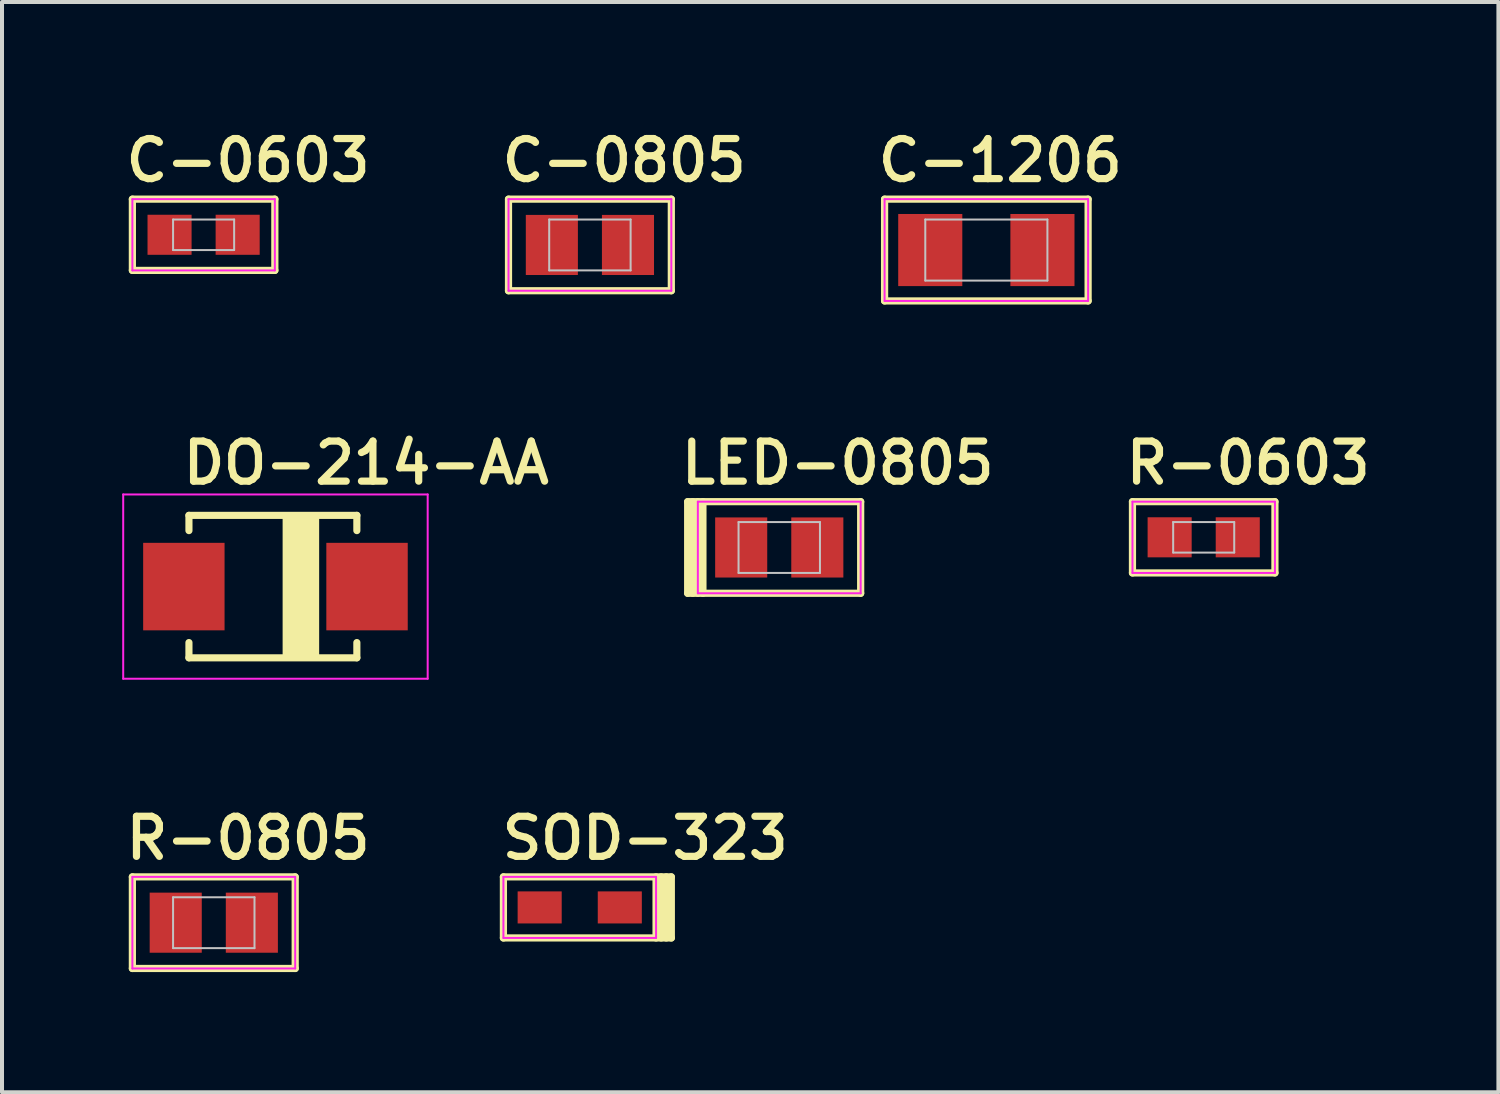
<source format=kicad_pcb>
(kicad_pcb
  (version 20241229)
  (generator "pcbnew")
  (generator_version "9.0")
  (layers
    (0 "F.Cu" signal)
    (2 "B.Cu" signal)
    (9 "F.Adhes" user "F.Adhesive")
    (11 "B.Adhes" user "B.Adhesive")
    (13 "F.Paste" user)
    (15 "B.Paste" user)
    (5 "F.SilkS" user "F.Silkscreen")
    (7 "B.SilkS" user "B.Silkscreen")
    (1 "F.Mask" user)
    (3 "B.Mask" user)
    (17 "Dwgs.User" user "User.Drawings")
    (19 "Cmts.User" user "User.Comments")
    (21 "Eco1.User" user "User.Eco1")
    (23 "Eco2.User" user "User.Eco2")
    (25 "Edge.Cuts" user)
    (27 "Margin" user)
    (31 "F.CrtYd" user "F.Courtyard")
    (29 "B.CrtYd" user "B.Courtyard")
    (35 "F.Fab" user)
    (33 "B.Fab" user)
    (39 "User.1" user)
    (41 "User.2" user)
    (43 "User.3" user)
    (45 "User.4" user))
  (footprint "C-0603"
    (layer "F.Cu")
    (at 2.032 2.81)
    (property "Reference" "C-0603" (at -2.032 -1.27 0) (layer "F.SilkS") (effects (font (size 1 1) (thickness 0.18)) (justify left bottom)))
    (attr through_hole)
    (fp_line (start -1.778 -0.889) (end 1.778 -0.889) (stroke (width 0.18) (type solid)) (layer "F.SilkS"))
    (fp_line (start -1.778 0.889) (end -1.778 -0.889) (stroke (width 0.18) (type solid)) (layer "F.SilkS"))
    (fp_line (start 1.778 -0.889) (end 1.778 0.889) (stroke (width 0.18) (type solid)) (layer "F.SilkS"))
    (fp_line (start 1.778 0.889) (end -1.778 0.889) (stroke (width 0.18) (type solid)) (layer "F.SilkS"))
    (fp_line (start -0.762 -0.381) (end 0.762 -0.381) (stroke (width 0.05) (type solid)) (layer "Dwgs.User"))
    (fp_line (start -0.762 0.381) (end -0.762 -0.381) (stroke (width 0.05) (type solid)) (layer "Dwgs.User"))
    (fp_line (start 0.762 -0.381) (end 0.762 0.381) (stroke (width 0.05) (type solid)) (layer "Dwgs.User"))
    (fp_line (start 0.762 0.381) (end -0.762 0.381) (stroke (width 0.05) (type solid)) (layer "Dwgs.User"))
    (fp_line (start -1.778 -0.889) (end 1.778 -0.889) (stroke (width 0.05) (type solid)) (layer "F.CrtYd"))
    (fp_line (start -1.778 0.889) (end -1.778 -0.889) (stroke (width 0.05) (type solid)) (layer "F.CrtYd"))
    (fp_line (start 1.778 -0.889) (end 1.778 0.889) (stroke (width 0.05) (type solid)) (layer "F.CrtYd"))
    (fp_line (start 1.778 0.889) (end -1.778 0.889) (stroke (width 0.05) (type solid)) (layer "F.CrtYd"))
    (pad "1" smd rect (at -0.85 0) (size 1.1 1) (layers "F.Cu" "F.Mask" "F.Paste"))
    (pad "2" smd rect (at 0.85 0) (size 1.1 1) (layers "F.Cu" "F.Mask" "F.Paste")))
  (footprint "R-0805"
    (layer "F.Cu")
    (at 2.286 19.98)
    (property "Reference" "R-0805" (at -2.286 -1.524 0) (layer "F.SilkS") (effects (font (size 1 1) (thickness 0.18)) (justify left bottom)))
    (attr through_hole)
    (fp_line (start -2.032 -1.143) (end -2.032 1.143) (stroke (width 0.18) (type solid)) (layer "F.SilkS"))
    (fp_line (start -2.032 1.143) (end 2.032 1.143) (stroke (width 0.18) (type solid)) (layer "F.SilkS"))
    (fp_line (start 2.032 -1.143) (end -2.032 -1.143) (stroke (width 0.18) (type solid)) (layer "F.SilkS"))
    (fp_line (start 2.032 1.143) (end 2.032 -1.143) (stroke (width 0.18) (type solid)) (layer "F.SilkS"))
    (fp_line (start -1.016 -0.635) (end 1.016 -0.635) (stroke (width 0.05) (type solid)) (layer "Dwgs.User"))
    (fp_line (start -1.016 0.635) (end -1.016 -0.635) (stroke (width 0.05) (type solid)) (layer "Dwgs.User"))
    (fp_line (start 1.016 -0.635) (end 1.016 0.635) (stroke (width 0.05) (type solid)) (layer "Dwgs.User"))
    (fp_line (start 1.016 0.635) (end -1.016 0.635) (stroke (width 0.05) (type solid)) (layer "Dwgs.User"))
    (fp_line (start -2.032 -1.143) (end 2.032 -1.143) (stroke (width 0.05) (type solid)) (layer "F.CrtYd"))
    (fp_line (start -2.032 1.143) (end -2.032 -1.143) (stroke (width 0.05) (type solid)) (layer "F.CrtYd"))
    (fp_line (start 2.032 -1.143) (end 2.032 1.143) (stroke (width 0.05) (type solid)) (layer "F.CrtYd"))
    (fp_line (start 2.032 1.143) (end -2.032 1.143) (stroke (width 0.05) (type solid)) (layer "F.CrtYd"))
    (pad "1" smd rect (at -0.95 0) (size 1.3 1.5) (layers "F.Cu" "F.Mask" "F.Paste"))
    (pad "2" smd rect (at 0.95 0) (size 1.3 1.5) (layers "F.Cu" "F.Mask" "F.Paste")))
  (footprint "C-1206"
    (layer "F.Cu")
    (at 21.569 3.191)
    (property "Reference" "C-1206" (at -2.794 -1.651 0) (layer "F.SilkS") (effects (font (size 1 1) (thickness 0.18)) (justify left bottom)))
    (attr through_hole)
    (fp_line (start -2.54 -1.27) (end -2.54 1.27) (stroke (width 0.18) (type solid)) (layer "F.SilkS"))
    (fp_line (start -2.54 1.27) (end 2.54 1.27) (stroke (width 0.18) (type solid)) (layer "F.SilkS"))
    (fp_line (start 2.54 -1.27) (end -2.54 -1.27) (stroke (width 0.18) (type solid)) (layer "F.SilkS"))
    (fp_line (start 2.54 1.27) (end 2.54 -1.27) (stroke (width 0.18) (type solid)) (layer "F.SilkS"))
    (fp_line (start -1.524 -0.762) (end 1.524 -0.762) (stroke (width 0.05) (type solid)) (layer "Dwgs.User"))
    (fp_line (start -1.524 0.762) (end -1.524 -0.762) (stroke (width 0.05) (type solid)) (layer "Dwgs.User"))
    (fp_line (start 1.524 -0.762) (end 1.524 0.762) (stroke (width 0.05) (type solid)) (layer "Dwgs.User"))
    (fp_line (start 1.524 0.762) (end -1.524 0.762) (stroke (width 0.05) (type solid)) (layer "Dwgs.User"))
    (fp_line (start -2.54 -1.27) (end 2.54 -1.27) (stroke (width 0.05) (type solid)) (layer "F.CrtYd"))
    (fp_line (start -2.54 1.27) (end -2.54 -1.27) (stroke (width 0.05) (type solid)) (layer "F.CrtYd"))
    (fp_line (start 2.54 -1.27) (end 2.54 1.27) (stroke (width 0.05) (type solid)) (layer "F.CrtYd"))
    (fp_line (start 2.54 1.27) (end -2.54 1.27) (stroke (width 0.05) (type solid)) (layer "F.CrtYd"))
    (pad "1" smd rect (at -1.4 0) (size 1.6 1.8) (layers "F.Cu" "F.Mask" "F.Paste"))
    (pad "2" smd rect (at 1.4 0) (size 1.6 1.8) (layers "F.Cu" "F.Mask" "F.Paste")))
  (footprint "LED-0805"
    (layer "F.Cu")
    (at 16.4 10.615)
    (property "Reference" "LED-0805" (at -2.54 -1.524 0) (layer "F.SilkS") (effects (font (size 1 1) (thickness 0.18)) (justify left bottom)))
    (attr through_hole)
    (fp_line (start -2.286 -1.143) (end -2.286 1.143) (stroke (width 0.18) (type solid)) (layer "F.SilkS"))
    (fp_line (start -2.286 1.143) (end 2.032 1.143) (stroke (width 0.18) (type solid)) (layer "F.SilkS"))
    (fp_line (start -2.159 1.143) (end -2.159 -1.143) (stroke (width 0.18) (type solid)) (layer "F.SilkS"))
    (fp_line (start -2.032 1.143) (end -2.032 -1.143) (stroke (width 0.18) (type solid)) (layer "F.SilkS"))
    (fp_line (start -1.905 1.143) (end -1.905 -1.143) (stroke (width 0.18) (type solid)) (layer "F.SilkS"))
    (fp_line (start 2.032 -1.143) (end -2.286 -1.143) (stroke (width 0.18) (type solid)) (layer "F.SilkS"))
    (fp_line (start 2.032 1.143) (end 2.032 -1.143) (stroke (width 0.18) (type solid)) (layer "F.SilkS"))
    (fp_line (start -1.016 -0.635) (end -1.016 0.635) (stroke (width 0.05) (type solid)) (layer "Dwgs.User"))
    (fp_line (start -1.016 -0.635) (end 1.016 -0.635) (stroke (width 0.05) (type solid)) (layer "Dwgs.User"))
    (fp_line (start -1.016 0.635) (end 1.016 0.635) (stroke (width 0.05) (type solid)) (layer "Dwgs.User"))
    (fp_line (start 1.016 -0.635) (end 1.016 0.635) (stroke (width 0.05) (type solid)) (layer "Dwgs.User"))
    (fp_line (start -2.032 -1.143) (end 2.032 -1.143) (stroke (width 0.05) (type solid)) (layer "F.CrtYd"))
    (fp_line (start -2.032 1.143) (end -2.032 -1.143) (stroke (width 0.05) (type solid)) (layer "F.CrtYd"))
    (fp_line (start 2.032 -1.143) (end 2.032 1.143) (stroke (width 0.05) (type solid)) (layer "F.CrtYd"))
    (fp_line (start 2.032 1.143) (end -2.032 1.143) (stroke (width 0.05) (type solid)) (layer "F.CrtYd"))
    (pad "A" smd rect (at 0.95 0) (size 1.3 1.5) (layers "F.Cu" "F.Mask" "F.Paste"))
    (pad "K" smd rect (at -0.95 0) (size 1.3 1.5) (layers "F.Cu" "F.Mask" "F.Paste")))
  (footprint "R-0603"
    (layer "F.Cu")
    (at 26.994 10.361)
    (property "Reference" "R-0603" (at -2.032 -1.27 0) (layer "F.SilkS") (effects (font (size 1 1) (thickness 0.18)) (justify left bottom)))
    (attr through_hole)
    (fp_line (start -1.778 -0.889) (end 1.778 -0.889) (stroke (width 0.18) (type solid)) (layer "F.SilkS"))
    (fp_line (start -1.778 0.889) (end -1.778 -0.889) (stroke (width 0.18) (type solid)) (layer "F.SilkS"))
    (fp_line (start 1.778 -0.889) (end 1.778 0.889) (stroke (width 0.18) (type solid)) (layer "F.SilkS"))
    (fp_line (start 1.778 0.889) (end -1.778 0.889) (stroke (width 0.18) (type solid)) (layer "F.SilkS"))
    (fp_line (start -0.762 -0.381) (end 0.762 -0.381) (stroke (width 0.05) (type solid)) (layer "Dwgs.User"))
    (fp_line (start -0.762 0.381) (end -0.762 -0.381) (stroke (width 0.05) (type solid)) (layer "Dwgs.User"))
    (fp_line (start 0.762 -0.381) (end 0.762 0.381) (stroke (width 0.05) (type solid)) (layer "Dwgs.User"))
    (fp_line (start 0.762 0.381) (end -0.762 0.381) (stroke (width 0.05) (type solid)) (layer "Dwgs.User"))
    (fp_line (start -1.778 -0.889) (end 1.778 -0.889) (stroke (width 0.05) (type solid)) (layer "F.CrtYd"))
    (fp_line (start -1.778 0.889) (end -1.778 -0.889) (stroke (width 0.05) (type solid)) (layer "F.CrtYd"))
    (fp_line (start 1.778 -0.889) (end 1.778 0.889) (stroke (width 0.05) (type solid)) (layer "F.CrtYd"))
    (fp_line (start 1.778 0.889) (end -1.778 0.889) (stroke (width 0.05) (type solid)) (layer "F.CrtYd"))
    (pad "1" smd rect (at -0.85 0) (size 1.1 1) (layers "F.Cu" "F.Mask" "F.Paste"))
    (pad "2" smd rect (at 0.85 0) (size 1.1 1) (layers "F.Cu" "F.Mask" "F.Paste")))
  (footprint "C-0805"
    (layer "F.Cu")
    (at 11.674 3.064)
    (property "Reference" "C-0805" (at -2.286 -1.524 0) (layer "F.SilkS") (effects (font (size 1 1) (thickness 0.18)) (justify left bottom)))
    (attr through_hole)
    (fp_line (start -2.032 -1.143) (end -2.032 1.143) (stroke (width 0.18) (type solid)) (layer "F.SilkS"))
    (fp_line (start -2.032 1.143) (end 2.032 1.143) (stroke (width 0.18) (type solid)) (layer "F.SilkS"))
    (fp_line (start 2.032 -1.143) (end -2.032 -1.143) (stroke (width 0.18) (type solid)) (layer "F.SilkS"))
    (fp_line (start 2.032 1.143) (end 2.032 -1.143) (stroke (width 0.18) (type solid)) (layer "F.SilkS"))
    (fp_line (start -1.016 -0.635) (end 1.016 -0.635) (stroke (width 0.05) (type solid)) (layer "Dwgs.User"))
    (fp_line (start -1.016 0.635) (end -1.016 -0.635) (stroke (width 0.05) (type solid)) (layer "Dwgs.User"))
    (fp_line (start 1.016 -0.635) (end 1.016 0.635) (stroke (width 0.05) (type solid)) (layer "Dwgs.User"))
    (fp_line (start 1.016 0.635) (end -1.016 0.635) (stroke (width 0.05) (type solid)) (layer "Dwgs.User"))
    (fp_line (start -2.032 -1.143) (end 2.032 -1.143) (stroke (width 0.05) (type solid)) (layer "F.CrtYd"))
    (fp_line (start -2.032 1.143) (end -2.032 -1.143) (stroke (width 0.05) (type solid)) (layer "F.CrtYd"))
    (fp_line (start 2.032 -1.143) (end 2.032 1.143) (stroke (width 0.05) (type solid)) (layer "F.CrtYd"))
    (fp_line (start 2.032 1.143) (end -2.032 1.143) (stroke (width 0.05) (type solid)) (layer "F.CrtYd"))
    (pad "1" smd rect (at -0.95 0) (size 1.3 1.5) (layers "F.Cu" "F.Mask" "F.Paste"))
    (pad "2" smd rect (at 0.95 0) (size 1.3 1.5) (layers "F.Cu" "F.Mask" "F.Paste")))
  (footprint "DO-214-AA"
    (layer "F.Cu")
    (at 3.825 11.591)
    (property "Reference" "DO-214-AA" (at -2.4 -2.5 0) (layer "F.SilkS") (effects (font (size 1 1) (thickness 0.18)) (justify left bottom)))
    (attr through_hole)
    (fp_line (start -2.159 -1.778) (end -2.159 -1.397) (stroke (width 0.178) (type solid)) (layer "F.SilkS"))
    (fp_line (start -2.159 -1.778) (end 2.032 -1.778) (stroke (width 0.178) (type solid)) (layer "F.SilkS"))
    (fp_line (start -2.159 1.778) (end -2.159 1.397) (stroke (width 0.178) (type solid)) (layer "F.SilkS"))
    (fp_line (start 2.032 -1.778) (end 2.032 -1.397) (stroke (width 0.178) (type solid)) (layer "F.SilkS"))
    (fp_line (start 2.032 1.778) (end -2.159 1.778) (stroke (width 0.178) (type solid)) (layer "F.SilkS"))
    (fp_line (start 2.032 1.778) (end 2.032 1.397) (stroke (width 0.178) (type solid)) (layer "F.SilkS"))
    (fp_poly (pts (xy 0.254 1.778) (xy 1.016 1.778) (xy 1.016 -1.778) (xy 0.254 -1.778)) (stroke (width 0.15) (type solid)) (fill yes) (layer "F.SilkS"))
    (fp_line (start -3.8 -2.3) (end 3.8 -2.3) (stroke (width 0.05) (type solid)) (layer "F.CrtYd"))
    (fp_line (start -3.8 2.3) (end -3.8 -2.3) (stroke (width 0.05) (type solid)) (layer "F.CrtYd"))
    (fp_line (start 3.8 -2.3) (end 3.8 2.3) (stroke (width 0.05) (type solid)) (layer "F.CrtYd"))
    (fp_line (start 3.8 2.3) (end -3.8 2.3) (stroke (width 0.05) (type solid)) (layer "F.CrtYd"))
    (pad "A" smd rect (at -2.286 0 90) (size 2.184 2.032) (layers "F.Cu" "F.Mask" "F.Paste"))
    (pad "K" smd rect (at 2.286 0 90) (size 2.184 2.032) (layers "F.Cu" "F.Mask" "F.Paste")))
  (footprint "SOD-323"
    (layer "F.Cu")
    (at 11.42 19.599)
    (property "Reference" "SOD-323" (at -2.032 -1.143 0) (layer "F.SilkS") (effects (font (size 1 1) (thickness 0.18)) (justify left bottom)))
    (attr through_hole)
    (fp_line (start -1.905 -0.762) (end 2.286 -0.762) (stroke (width 0.18) (type solid)) (layer "F.SilkS"))
    (fp_line (start -1.905 0.762) (end -1.905 -0.762) (stroke (width 0.18) (type solid)) (layer "F.SilkS"))
    (fp_line (start 1.905 -0.762) (end 1.905 0.762) (stroke (width 0.18) (type solid)) (layer "F.SilkS"))
    (fp_line (start 2.032 -0.762) (end 2.032 0.762) (stroke (width 0.18) (type solid)) (layer "F.SilkS"))
    (fp_line (start 2.159 -0.762) (end 2.159 0.762) (stroke (width 0.18) (type solid)) (layer "F.SilkS"))
    (fp_line (start 2.286 -0.762) (end 2.286 0.762) (stroke (width 0.18) (type solid)) (layer "F.SilkS"))
    (fp_line (start 2.286 0.762) (end -1.905 0.762) (stroke (width 0.18) (type solid)) (layer "F.SilkS"))
    (fp_line (start -1.905 -0.762) (end 1.905 -0.762) (stroke (width 0.05) (type solid)) (layer "F.CrtYd"))
    (fp_line (start -1.905 0.762) (end -1.905 -0.762) (stroke (width 0.05) (type solid)) (layer "F.CrtYd"))
    (fp_line (start 1.905 -0.762) (end 1.905 0.762) (stroke (width 0.05) (type solid)) (layer "F.CrtYd"))
    (fp_line (start 1.905 0.762) (end -1.905 0.762) (stroke (width 0.05) (type solid)) (layer "F.CrtYd"))
    (pad "A" smd rect (at -1 0) (size 1.1 0.8) (layers "F.Cu" "F.Mask" "F.Paste"))
    (pad "K" smd rect (at 1 0) (size 1.1 0.8) (layers "F.Cu" "F.Mask" "F.Paste")))
  (gr_rect
    (start -3 -3)
    (end 34.35 24.213)
    (stroke (width 0.1) (type default))
    (fill no)
    (layer "Edge.Cuts")))
</source>
